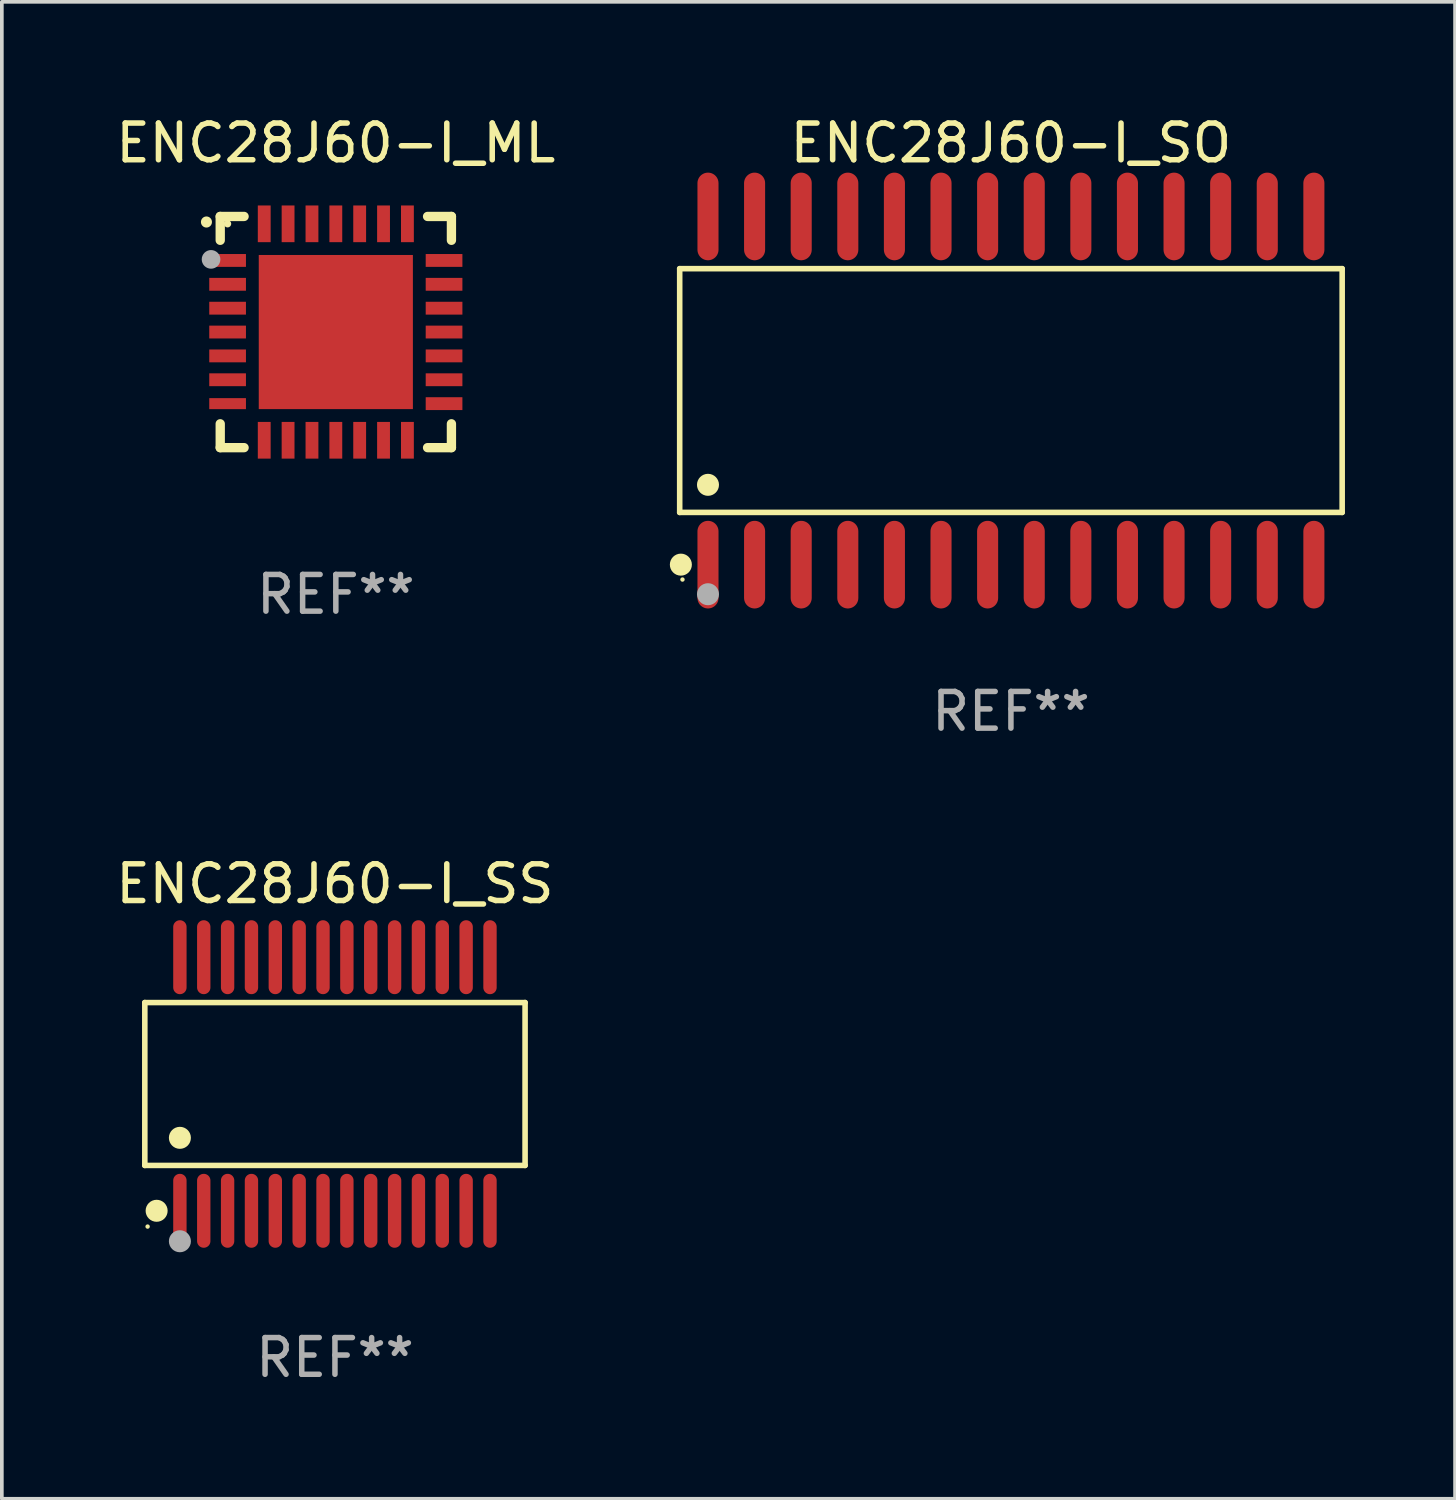
<source format=kicad_pcb>
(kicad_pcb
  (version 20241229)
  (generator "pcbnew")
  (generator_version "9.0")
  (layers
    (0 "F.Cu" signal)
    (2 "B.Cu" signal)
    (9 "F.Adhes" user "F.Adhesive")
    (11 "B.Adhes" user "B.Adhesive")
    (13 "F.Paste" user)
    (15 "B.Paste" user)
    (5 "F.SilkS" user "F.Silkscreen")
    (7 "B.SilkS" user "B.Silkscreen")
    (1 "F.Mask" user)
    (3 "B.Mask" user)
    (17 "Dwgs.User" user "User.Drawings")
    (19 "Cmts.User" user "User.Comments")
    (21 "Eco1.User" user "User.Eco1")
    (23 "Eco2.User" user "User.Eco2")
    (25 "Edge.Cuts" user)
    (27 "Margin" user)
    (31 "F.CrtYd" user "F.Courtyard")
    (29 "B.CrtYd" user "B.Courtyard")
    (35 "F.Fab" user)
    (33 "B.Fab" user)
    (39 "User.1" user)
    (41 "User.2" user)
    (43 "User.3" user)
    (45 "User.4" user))
  (footprint "ENC28J60-I_SS"
    (layer "F.Cu")
    (at 6.077 26.488)
    (property "Reference" "ENC28J60-I_SS" (at 0 -5.455 0) (layer "F.SilkS") (effects (font (size 1 1) (thickness 0.15))))
    (attr through_hole)
    (fp_line (start -5.181 -2.219) (end 5.181 -2.219) (stroke (width 0.152) (type solid)) (layer "F.SilkS"))
    (fp_line (start -5.181 2.219) (end -5.181 -2.219) (stroke (width 0.152) (type solid)) (layer "F.SilkS"))
    (fp_line (start 5.181 -2.219) (end 5.181 2.219) (stroke (width 0.152) (type solid)) (layer "F.SilkS"))
    (fp_line (start 5.181 2.219) (end -5.181 2.219) (stroke (width 0.152) (type solid)) (layer "F.SilkS"))
    (fp_circle (center -5.105 3.885) (end -5.075 3.885) (stroke (width 0.06) (type solid)) (fill no) (layer "F.SilkS"))
    (fp_circle (center -4.859 3.455) (end -4.709 3.455) (stroke (width 0.3) (type solid)) (fill no) (layer "F.SilkS"))
    (fp_circle (center -4.225 1.467) (end -4.075 1.467) (stroke (width 0.3) (type solid)) (fill no) (layer "F.SilkS"))
    (fp_circle (center -4.225 4.285) (end -4.075 4.285) (stroke (width 0.3) (type solid)) (fill no) (layer "F.Fab"))
    (fp_text user "REF**" (at 0 7.455 0) (layer "F.Fab") (effects (font (size 1 1) (thickness 0.15))))
    (pad "1" smd oval (at -4.225 3.455) (size 0.364 2.015) (layers "F.Cu" "F.Mask" "F.Paste"))
    (pad "2" smd oval (at -3.575 3.455) (size 0.364 2.015) (layers "F.Cu" "F.Mask" "F.Paste"))
    (pad "3" smd oval (at -2.925 3.455) (size 0.364 2.015) (layers "F.Cu" "F.Mask" "F.Paste"))
    (pad "4" smd oval (at -2.275 3.455) (size 0.364 2.015) (layers "F.Cu" "F.Mask" "F.Paste"))
    (pad "5" smd oval (at -1.625 3.455) (size 0.364 2.015) (layers "F.Cu" "F.Mask" "F.Paste"))
    (pad "6" smd oval (at -0.975 3.455) (size 0.364 2.015) (layers "F.Cu" "F.Mask" "F.Paste"))
    (pad "7" smd oval (at -0.325 3.455) (size 0.364 2.015) (layers "F.Cu" "F.Mask" "F.Paste"))
    (pad "8" smd oval (at 0.325 3.455) (size 0.364 2.015) (layers "F.Cu" "F.Mask" "F.Paste"))
    (pad "9" smd oval (at 0.975 3.455) (size 0.364 2.015) (layers "F.Cu" "F.Mask" "F.Paste"))
    (pad "10" smd oval (at 1.625 3.455) (size 0.364 2.015) (layers "F.Cu" "F.Mask" "F.Paste"))
    (pad "11" smd oval (at 2.275 3.455) (size 0.364 2.015) (layers "F.Cu" "F.Mask" "F.Paste"))
    (pad "12" smd oval (at 2.925 3.455) (size 0.364 2.015) (layers "F.Cu" "F.Mask" "F.Paste"))
    (pad "13" smd oval (at 3.575 3.455) (size 0.364 2.015) (layers "F.Cu" "F.Mask" "F.Paste"))
    (pad "14" smd oval (at 4.225 3.455) (size 0.364 2.015) (layers "F.Cu" "F.Mask" "F.Paste"))
    (pad "15" smd oval (at 4.225 -3.455) (size 0.364 2.015) (layers "F.Cu" "F.Mask" "F.Paste"))
    (pad "16" smd oval (at 3.575 -3.455) (size 0.364 2.015) (layers "F.Cu" "F.Mask" "F.Paste"))
    (pad "17" smd oval (at 2.925 -3.455) (size 0.364 2.015) (layers "F.Cu" "F.Mask" "F.Paste"))
    (pad "18" smd oval (at 2.275 -3.455) (size 0.364 2.015) (layers "F.Cu" "F.Mask" "F.Paste"))
    (pad "19" smd oval (at 1.625 -3.455) (size 0.364 2.015) (layers "F.Cu" "F.Mask" "F.Paste"))
    (pad "20" smd oval (at 0.975 -3.455) (size 0.364 2.015) (layers "F.Cu" "F.Mask" "F.Paste"))
    (pad "21" smd oval (at 0.325 -3.455) (size 0.364 2.015) (layers "F.Cu" "F.Mask" "F.Paste"))
    (pad "22" smd oval (at -0.325 -3.455) (size 0.364 2.015) (layers "F.Cu" "F.Mask" "F.Paste"))
    (pad "23" smd oval (at -0.975 -3.455) (size 0.364 2.015) (layers "F.Cu" "F.Mask" "F.Paste"))
    (pad "24" smd oval (at -1.625 -3.455) (size 0.364 2.015) (layers "F.Cu" "F.Mask" "F.Paste"))
    (pad "25" smd oval (at -2.275 -3.455) (size 0.364 2.015) (layers "F.Cu" "F.Mask" "F.Paste"))
    (pad "26" smd oval (at -2.925 -3.455) (size 0.364 2.015) (layers "F.Cu" "F.Mask" "F.Paste"))
    (pad "27" smd oval (at -3.575 -3.455) (size 0.364 2.015) (layers "F.Cu" "F.Mask" "F.Paste"))
    (pad "28" smd oval (at -4.225 -3.455) (size 0.364 2.015) (layers "F.Cu" "F.Mask" "F.Paste")))
  (footprint "ENC28J60-I_ML"
    (layer "F.Cu")
    (at 6.101 5.998)
    (property "Reference" "ENC28J60-I_ML" (at 0 -5.15 0) (layer "F.SilkS") (effects (font (size 1 1) (thickness 0.15))))
    (attr through_hole)
    (fp_line (start -3.15 -3.15) (end -2.5 -3.15) (stroke (width 0.254) (type solid)) (layer "F.SilkS"))
    (fp_line (start -3.15 -2.5) (end -3.15 -3.15) (stroke (width 0.254) (type solid)) (layer "F.SilkS"))
    (fp_line (start -3.15 3.15) (end -3.15 2.5) (stroke (width 0.254) (type solid)) (layer "F.SilkS"))
    (fp_line (start -2.5 3.15) (end -3.15 3.15) (stroke (width 0.254) (type solid)) (layer "F.SilkS"))
    (fp_line (start 2.5 -3.15) (end 3.15 -3.15) (stroke (width 0.254) (type solid)) (layer "F.SilkS"))
    (fp_line (start 2.5 3.15) (end 3.15 3.15) (stroke (width 0.254) (type solid)) (layer "F.SilkS"))
    (fp_line (start 3.15 -3.15) (end 3.15 -2.5) (stroke (width 0.254) (type solid)) (layer "F.SilkS"))
    (fp_line (start 3.15 3.15) (end 3.15 2.5) (stroke (width 0.254) (type solid)) (layer "F.SilkS"))
    (fp_arc (start -3.525527 -2.997206) (mid -3.525532 -2.998476) (end -3.525527 -2.999746) (stroke (width 0.3) (type solid)) (layer "F.SilkS"))
    (fp_circle (center -2.95 -2.95) (end -2.9 -2.95) (stroke (width 0.1) (type solid)) (fill no) (layer "F.SilkS"))
    (fp_circle (center -3.4 -1.98) (end -3.273 -1.98) (stroke (width 0.254) (type solid)) (fill no) (layer "F.Fab"))
    (fp_text user "REF**" (at 0 7.15 0) (layer "F.Fab") (effects (font (size 1 1) (thickness 0.15))))
    (pad "1" smd rect (at -2.949 -1.951 90) (size 0.35 1) (layers "F.Cu" "F.Mask" "F.Paste"))
    (pad "2" smd rect (at -2.949 -1.301 90) (size 0.35 1) (layers "F.Cu" "F.Mask" "F.Paste"))
    (pad "3" smd rect (at -2.949 -0.65 90) (size 0.35 1) (layers "F.Cu" "F.Mask" "F.Paste"))
    (pad "4" smd rect (at -2.949 -0.000025 90) (size 0.35 1) (layers "F.Cu" "F.Mask" "F.Paste"))
    (pad "5" smd rect (at -2.949 0.65 90) (size 0.35 1) (layers "F.Cu" "F.Mask" "F.Paste"))
    (pad "6" smd rect (at -2.949 1.3 90) (size 0.35 1) (layers "F.Cu" "F.Mask" "F.Paste"))
    (pad "7" smd rect (at -2.949 1.951 90) (size 0.3 1) (layers "F.Cu" "F.Mask" "F.Paste"))
    (pad "8" smd rect (at -1.951 2.949) (size 0.35 1) (layers "F.Cu" "F.Mask" "F.Paste"))
    (pad "9" smd rect (at -1.301 2.949) (size 0.35 1) (layers "F.Cu" "F.Mask" "F.Paste"))
    (pad "10" smd rect (at -0.65 2.949) (size 0.35 1) (layers "F.Cu" "F.Mask" "F.Paste"))
    (pad "11" smd rect (at -0.000076 2.949) (size 0.35 1) (layers "F.Cu" "F.Mask" "F.Paste"))
    (pad "12" smd rect (at 0.65 2.949) (size 0.35 1) (layers "F.Cu" "F.Mask" "F.Paste"))
    (pad "13" smd rect (at 1.3 2.949) (size 0.35 1) (layers "F.Cu" "F.Mask" "F.Paste"))
    (pad "14" smd rect (at 1.951 2.949) (size 0.35 1) (layers "F.Cu" "F.Mask" "F.Paste"))
    (pad "15" smd rect (at 2.949 1.951 90) (size 0.35 1) (layers "F.Cu" "F.Mask" "F.Paste"))
    (pad "16" smd rect (at 2.949 1.3 90) (size 0.35 1) (layers "F.Cu" "F.Mask" "F.Paste"))
    (pad "17" smd rect (at 2.949 0.65 90) (size 0.35 1) (layers "F.Cu" "F.Mask" "F.Paste"))
    (pad "18" smd rect (at 2.949 -0.000025 90) (size 0.35 1) (layers "F.Cu" "F.Mask" "F.Paste"))
    (pad "19" smd rect (at 2.949 -0.65 90) (size 0.35 1) (layers "F.Cu" "F.Mask" "F.Paste"))
    (pad "20" smd rect (at 2.949 -1.301 90) (size 0.35 1) (layers "F.Cu" "F.Mask" "F.Paste"))
    (pad "21" smd rect (at 2.949 -1.951 90) (size 0.35 1) (layers "F.Cu" "F.Mask" "F.Paste"))
    (pad "22" smd rect (at 1.951 -2.949) (size 0.35 1) (layers "F.Cu" "F.Mask" "F.Paste"))
    (pad "23" smd rect (at 1.3 -2.949) (size 0.35 1) (layers "F.Cu" "F.Mask" "F.Paste"))
    (pad "24" smd rect (at 0.65 -2.949) (size 0.35 1) (layers "F.Cu" "F.Mask" "F.Paste"))
    (pad "25" smd rect (at -0.000076 -2.949) (size 0.35 1) (layers "F.Cu" "F.Mask" "F.Paste"))
    (pad "26" smd rect (at -0.65 -2.949) (size 0.35 1) (layers "F.Cu" "F.Mask" "F.Paste"))
    (pad "27" smd rect (at -1.301 -2.949) (size 0.35 1) (layers "F.Cu" "F.Mask" "F.Paste"))
    (pad "28" smd rect (at -1.951 -2.949) (size 0.35 1) (layers "F.Cu" "F.Mask" "F.Paste"))
    (pad "29" smd rect (at -0.000076 -0.000025) (size 4.2 4.2) (layers "F.Cu" "F.Mask" "F.Paste")))
  (footprint "ENC28J60-I_SO"
    (layer "F.Cu")
    (at 24.497 7.592)
    (property "Reference" "ENC28J60-I_SO" (at 0 -6.744 0) (layer "F.SilkS") (effects (font (size 1 1) (thickness 0.15))))
    (attr through_hole)
    (fp_line (start -9.026 -3.321) (end 9.026 -3.321) (stroke (width 0.152) (type solid)) (layer "F.SilkS"))
    (fp_line (start -9.026 3.321) (end -9.026 -3.321) (stroke (width 0.152) (type solid)) (layer "F.SilkS"))
    (fp_line (start 9.026 -3.321) (end 9.026 3.321) (stroke (width 0.152) (type solid)) (layer "F.SilkS"))
    (fp_line (start 9.026 3.321) (end -9.026 3.321) (stroke (width 0.152) (type solid)) (layer "F.SilkS"))
    (fp_circle (center -8.994 4.744) (end -8.844 4.744) (stroke (width 0.3) (type solid)) (fill no) (layer "F.SilkS"))
    (fp_circle (center -8.95 5.15) (end -8.92 5.15) (stroke (width 0.06) (type solid)) (fill no) (layer "F.SilkS"))
    (fp_circle (center -8.255 2.569) (end -8.105 2.569) (stroke (width 0.3) (type solid)) (fill no) (layer "F.SilkS"))
    (fp_circle (center -8.255 5.55) (end -8.105 5.55) (stroke (width 0.3) (type solid)) (fill no) (layer "F.Fab"))
    (fp_text user "REF**" (at 0 8.744 0) (layer "F.Fab") (effects (font (size 1 1) (thickness 0.15))))
    (pad "1" smd oval (at -8.255 4.744) (size 0.574 2.388) (layers "F.Cu" "F.Mask" "F.Paste"))
    (pad "2" smd oval (at -6.985 4.744) (size 0.574 2.388) (layers "F.Cu" "F.Mask" "F.Paste"))
    (pad "3" smd oval (at -5.715 4.744) (size 0.574 2.388) (layers "F.Cu" "F.Mask" "F.Paste"))
    (pad "4" smd oval (at -4.445 4.744) (size 0.574 2.388) (layers "F.Cu" "F.Mask" "F.Paste"))
    (pad "5" smd oval (at -3.175 4.744) (size 0.574 2.388) (layers "F.Cu" "F.Mask" "F.Paste"))
    (pad "6" smd oval (at -1.905 4.744) (size 0.574 2.388) (layers "F.Cu" "F.Mask" "F.Paste"))
    (pad "7" smd oval (at -0.635 4.744) (size 0.574 2.388) (layers "F.Cu" "F.Mask" "F.Paste"))
    (pad "8" smd oval (at 0.635 4.744) (size 0.574 2.388) (layers "F.Cu" "F.Mask" "F.Paste"))
    (pad "9" smd oval (at 1.905 4.744) (size 0.574 2.388) (layers "F.Cu" "F.Mask" "F.Paste"))
    (pad "10" smd oval (at 3.175 4.744) (size 0.574 2.388) (layers "F.Cu" "F.Mask" "F.Paste"))
    (pad "11" smd oval (at 4.445 4.744) (size 0.574 2.388) (layers "F.Cu" "F.Mask" "F.Paste"))
    (pad "12" smd oval (at 5.715 4.744) (size 0.574 2.388) (layers "F.Cu" "F.Mask" "F.Paste"))
    (pad "13" smd oval (at 6.985 4.744) (size 0.574 2.388) (layers "F.Cu" "F.Mask" "F.Paste"))
    (pad "14" smd oval (at 8.255 4.744) (size 0.574 2.388) (layers "F.Cu" "F.Mask" "F.Paste"))
    (pad "15" smd oval (at 8.255 -4.744) (size 0.574 2.388) (layers "F.Cu" "F.Mask" "F.Paste"))
    (pad "16" smd oval (at 6.985 -4.744) (size 0.574 2.388) (layers "F.Cu" "F.Mask" "F.Paste"))
    (pad "17" smd oval (at 5.715 -4.744) (size 0.574 2.388) (layers "F.Cu" "F.Mask" "F.Paste"))
    (pad "18" smd oval (at 4.445 -4.744) (size 0.574 2.388) (layers "F.Cu" "F.Mask" "F.Paste"))
    (pad "19" smd oval (at 3.175 -4.744) (size 0.574 2.388) (layers "F.Cu" "F.Mask" "F.Paste"))
    (pad "20" smd oval (at 1.905 -4.744) (size 0.574 2.388) (layers "F.Cu" "F.Mask" "F.Paste"))
    (pad "21" smd oval (at 0.635 -4.744) (size 0.574 2.388) (layers "F.Cu" "F.Mask" "F.Paste"))
    (pad "22" smd oval (at -0.635 -4.744) (size 0.574 2.388) (layers "F.Cu" "F.Mask" "F.Paste"))
    (pad "23" smd oval (at -1.905 -4.744) (size 0.574 2.388) (layers "F.Cu" "F.Mask" "F.Paste"))
    (pad "24" smd oval (at -3.175 -4.744) (size 0.574 2.388) (layers "F.Cu" "F.Mask" "F.Paste"))
    (pad "25" smd oval (at -4.445 -4.744) (size 0.574 2.388) (layers "F.Cu" "F.Mask" "F.Paste"))
    (pad "26" smd oval (at -5.715 -4.744) (size 0.574 2.388) (layers "F.Cu" "F.Mask" "F.Paste"))
    (pad "27" smd oval (at -6.985 -4.744) (size 0.574 2.388) (layers "F.Cu" "F.Mask" "F.Paste"))
    (pad "28" smd oval (at -8.255 -4.744) (size 0.574 2.388) (layers "F.Cu" "F.Mask" "F.Paste")))
  (gr_rect
    (start -3 -3)
    (end 36.599 37.791)
    (stroke (width 0.1) (type default))
    (fill no)
    (layer "Edge.Cuts")))
</source>
